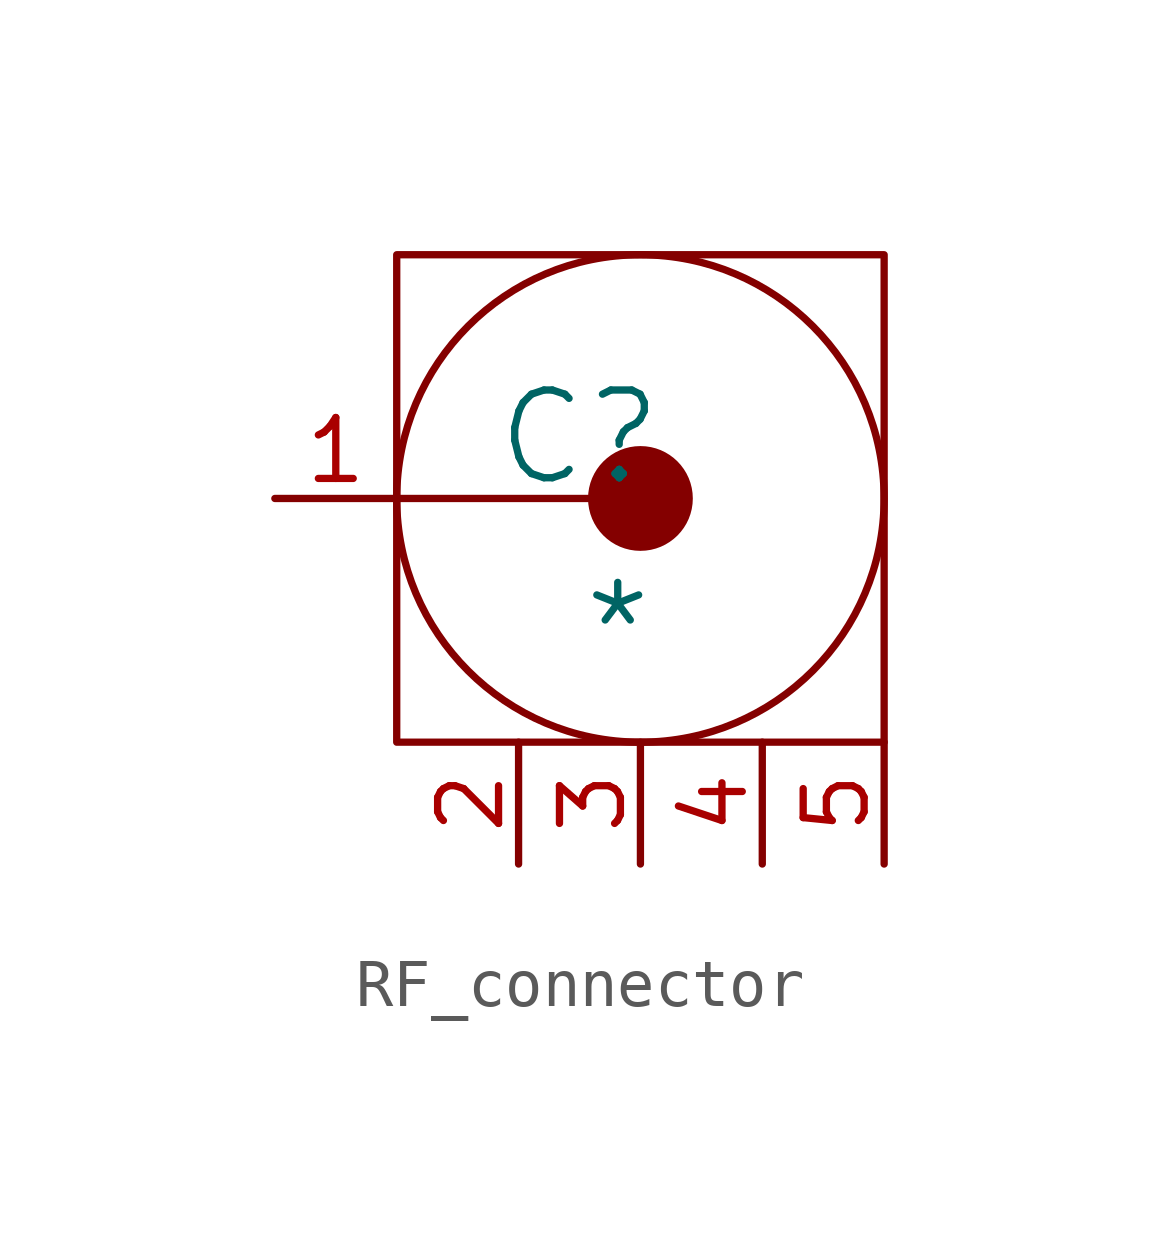
<source format=kicad_sym>
(kicad_symbol_lib
  (version 20241209)
  (generator "kicad_symbol_editor")
  (generator_version "9.0")
  (symbol "RF_connector"
    (pin_names
      (hide yes))
    (property "Reference" "C"
      (at -1.27 1.27 0)
      (effects (font (size 1.829 1.829))))
    (property "Value" "*"
      (at -1.27 -3.81 0)
      (effects (font (size 1.829 1.829)) (justify left bottom)))
    (symbol "RF_connector_1_0"
      (polyline (pts (xy -5.08 0) (xy -1.016 0)) (stroke (width 0) (type solid)) (fill (type none)))
      (polyline (pts (xy -5.08 -5.08) (xy -5.08 5.08) (xy 5.08 5.08) (xy 5.08 -5.08) (xy -5.08 -5.08)) (stroke (width 0) (type solid)) (fill (type none)))
      (circle (center 0 0) (radius 1.016) (stroke (width 0) (type solid)) (fill (type outline)))
      (circle (center 0 0) (radius 5.08) (stroke (width 0) (type solid)) (fill (type none)))
      (pin input line (at -7.62 0 0) (length 2.54) (name "Signal" (effects (font (size 1.27 1.27)))) (number "1" (effects (font (size 1.27 1.27)))))
      (pin power_in line (at -2.54 -7.62 90) (length 2.54) (name "GND" (effects (font (size 1.27 1.27)))) (number "2" (effects (font (size 1.27 1.27)))))
      (pin power_in line (at 0 -7.62 90) (length 2.54) (name "GND" (effects (font (size 1.27 1.27)))) (number "3" (effects (font (size 1.27 1.27)))))
      (pin power_in line (at 2.54 -7.62 90) (length 2.54) (name "GND" (effects (font (size 1.27 1.27)))) (number "4" (effects (font (size 1.27 1.27)))))
      (pin power_in line (at 5.08 -7.62 90) (length 2.54) (name "GND" (effects (font (size 1.27 1.27)))) (number "5" (effects (font (size 1.27 1.27))))))))
</source>
